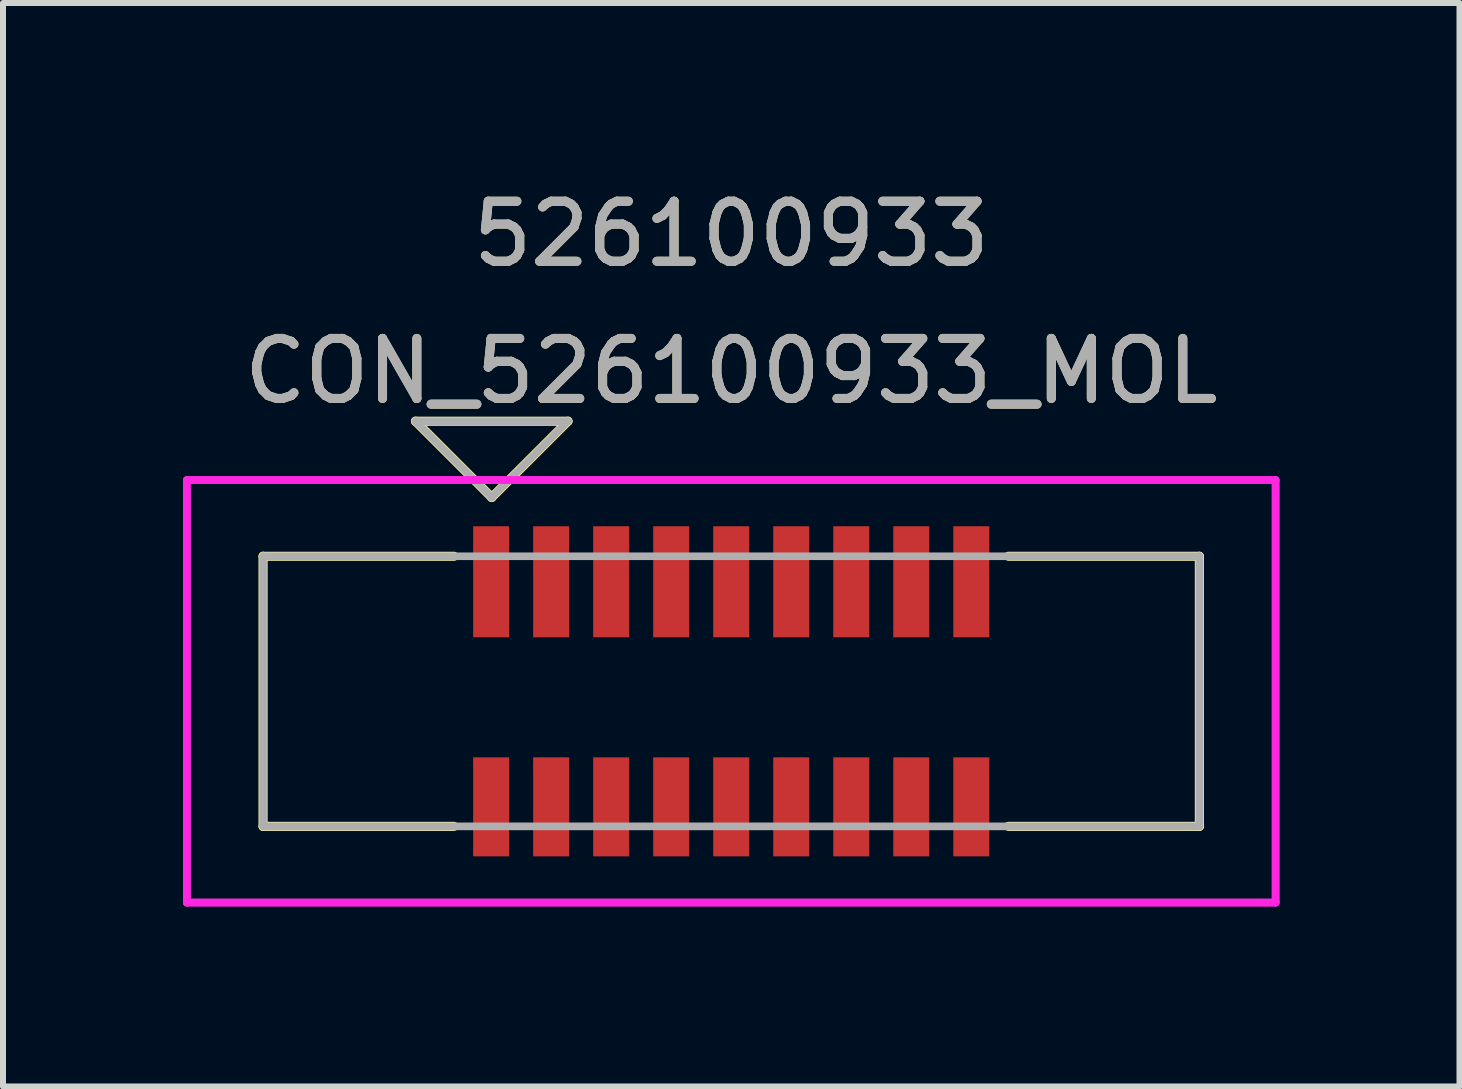
<source format=kicad_pcb>
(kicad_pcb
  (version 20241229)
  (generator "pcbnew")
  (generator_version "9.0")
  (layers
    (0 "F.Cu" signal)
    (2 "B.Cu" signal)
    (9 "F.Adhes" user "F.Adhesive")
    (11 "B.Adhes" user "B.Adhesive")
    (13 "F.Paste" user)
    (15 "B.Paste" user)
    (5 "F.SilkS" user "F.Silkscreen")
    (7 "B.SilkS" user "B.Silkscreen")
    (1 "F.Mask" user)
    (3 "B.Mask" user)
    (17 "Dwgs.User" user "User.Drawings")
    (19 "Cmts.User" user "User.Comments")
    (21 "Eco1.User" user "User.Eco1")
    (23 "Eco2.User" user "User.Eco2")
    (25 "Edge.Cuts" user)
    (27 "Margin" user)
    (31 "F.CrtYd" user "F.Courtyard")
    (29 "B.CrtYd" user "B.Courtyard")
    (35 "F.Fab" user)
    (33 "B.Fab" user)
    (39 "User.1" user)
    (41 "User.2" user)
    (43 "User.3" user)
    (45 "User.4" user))
  (footprint "CON_526100933_MOL"
    (layer "F.Cu")
    (at 9.133 8.468)
    (property "Reference" "CON_526100933_MOL" (at 0 -5.334 0) (unlocked yes) (layer "F.SilkS") (effects (font (size 1 1) (thickness 0.15))))
    (attr smd)
    (fp_line (start -7.8 -2.25) (end -4.62 -2.25) (stroke (width 0.152) (type solid)) (layer "F.SilkS"))
    (fp_line (start -7.8 2.25) (end -7.8 -2.25) (stroke (width 0.152) (type solid)) (layer "F.SilkS"))
    (fp_line (start -7.8 2.25) (end -4.62 2.25) (stroke (width 0.152) (type solid)) (layer "F.SilkS"))
    (fp_line (start -3.99 -3.23) (end -5.26 -4.5) (stroke (width 0.152) (type solid)) (layer "F.SilkS"))
    (fp_line (start -3.99 -3.23) (end -2.72 -4.5) (stroke (width 0.152) (type solid)) (layer "F.SilkS"))
    (fp_line (start -2.72 -4.5) (end -5.26 -4.5) (stroke (width 0.152) (type solid)) (layer "F.SilkS"))
    (fp_line (start 4.62 -2.25) (end 7.8 -2.25) (stroke (width 0.152) (type solid)) (layer "F.SilkS"))
    (fp_line (start 4.62 2.25) (end 7.8 2.25) (stroke (width 0.152) (type solid)) (layer "F.SilkS"))
    (fp_line (start 7.8 -2.25) (end 7.8 2.25) (stroke (width 0.152) (type solid)) (layer "F.SilkS"))
    (fp_line (start -9.07 -3.52) (end -9.07 3.52) (stroke (width 0.127) (type solid)) (layer "F.CrtYd"))
    (fp_line (start -9.07 -3.52) (end -9.07 3.52) (stroke (width 0.127) (type solid)) (layer "F.CrtYd"))
    (fp_line (start -9.07 3.52) (end 9.07 3.52) (stroke (width 0.127) (type solid)) (layer "F.CrtYd"))
    (fp_line (start -9.07 3.52) (end 9.07 3.52) (stroke (width 0.127) (type solid)) (layer "F.CrtYd"))
    (fp_line (start 9.07 -3.52) (end -9.07 -3.52) (stroke (width 0.127) (type solid)) (layer "F.CrtYd"))
    (fp_line (start 9.07 -3.52) (end -9.07 -3.52) (stroke (width 0.127) (type solid)) (layer "F.CrtYd"))
    (fp_line (start 9.07 3.52) (end 9.07 -3.52) (stroke (width 0.127) (type solid)) (layer "F.CrtYd"))
    (fp_line (start 9.07 3.52) (end 9.07 -3.52) (stroke (width 0.127) (type solid)) (layer "F.CrtYd"))
    (fp_line (start -7.8 -2.25) (end -7.8 2.25) (stroke (width 0.127) (type solid)) (layer "F.Fab"))
    (fp_line (start -7.8 2.25) (end 7.8 2.25) (stroke (width 0.127) (type solid)) (layer "F.Fab"))
    (fp_line (start -3.99 -3.23) (end -5.26 -4.5) (stroke (width 0.127) (type solid)) (layer "F.Fab"))
    (fp_line (start -3.99 -3.23) (end -2.72 -4.5) (stroke (width 0.127) (type solid)) (layer "F.Fab"))
    (fp_line (start -2.72 -4.5) (end -5.26 -4.5) (stroke (width 0.127) (type solid)) (layer "F.Fab"))
    (fp_line (start 7.8 -2.25) (end -7.8 -2.25) (stroke (width 0.127) (type solid)) (layer "F.Fab"))
    (fp_line (start 7.8 2.25) (end 7.8 -2.25) (stroke (width 0.127) (type solid)) (layer "F.Fab"))
    (fp_text user "526100933" (at 0 -7.62 0) (unlocked yes) (layer "F.SilkS") (effects (font (size 1 1) (thickness 0.15))))
    (fp_text user "526100933" (at 0 -7.62 0) (unlocked yes) (layer "F.Fab") (effects (font (size 1 1) (thickness 0.15))))
    (fp_text user "${REFERENCE}" (at 0 -5.334 0) (unlocked yes) (layer "F.Fab") (effects (font (size 1 1) (thickness 0.15))))
    (pad "1A" smd rect (at -4 -1.825) (size 0.6 1.85) (layers "F.Cu" "F.Mask" "F.Paste"))
    (pad "1B" smd rect (at -4 1.925) (size 0.6 1.65) (layers "F.Cu" "F.Mask" "F.Paste"))
    (pad "2A" smd rect (at -3 -1.825) (size 0.6 1.85) (layers "F.Cu" "F.Mask" "F.Paste"))
    (pad "2B" smd rect (at -3 1.925) (size 0.6 1.65) (layers "F.Cu" "F.Mask" "F.Paste"))
    (pad "3A" smd rect (at -2 -1.825) (size 0.6 1.85) (layers "F.Cu" "F.Mask" "F.Paste"))
    (pad "3B" smd rect (at -2 1.925) (size 0.6 1.65) (layers "F.Cu" "F.Mask" "F.Paste"))
    (pad "4A" smd rect (at -1 -1.825) (size 0.6 1.85) (layers "F.Cu" "F.Mask" "F.Paste"))
    (pad "4B" smd rect (at -1 1.925) (size 0.6 1.65) (layers "F.Cu" "F.Mask" "F.Paste"))
    (pad "5A" smd rect (at 0 -1.825) (size 0.6 1.85) (layers "F.Cu" "F.Mask" "F.Paste"))
    (pad "5B" smd rect (at 0 1.925) (size 0.6 1.65) (layers "F.Cu" "F.Mask" "F.Paste"))
    (pad "6A" smd rect (at 1 -1.825) (size 0.6 1.85) (layers "F.Cu" "F.Mask" "F.Paste"))
    (pad "6B" smd rect (at 1 1.925) (size 0.6 1.65) (layers "F.Cu" "F.Mask" "F.Paste"))
    (pad "7A" smd rect (at 2 -1.825) (size 0.6 1.85) (layers "F.Cu" "F.Mask" "F.Paste"))
    (pad "7B" smd rect (at 2 1.925) (size 0.6 1.65) (layers "F.Cu" "F.Mask" "F.Paste"))
    (pad "8A" smd rect (at 3 -1.825) (size 0.6 1.85) (layers "F.Cu" "F.Mask" "F.Paste"))
    (pad "8B" smd rect (at 3 1.925) (size 0.6 1.65) (layers "F.Cu" "F.Mask" "F.Paste"))
    (pad "9A" smd rect (at 4 -1.825) (size 0.6 1.85) (layers "F.Cu" "F.Mask" "F.Paste"))
    (pad "9B" smd rect (at 4 1.925) (size 0.6 1.65) (layers "F.Cu" "F.Mask" "F.Paste")))
  (gr_rect
    (start -3 -3)
    (end 21.267 15.052)
    (stroke (width 0.1) (type default))
    (fill no)
    (layer "Edge.Cuts")))
</source>
